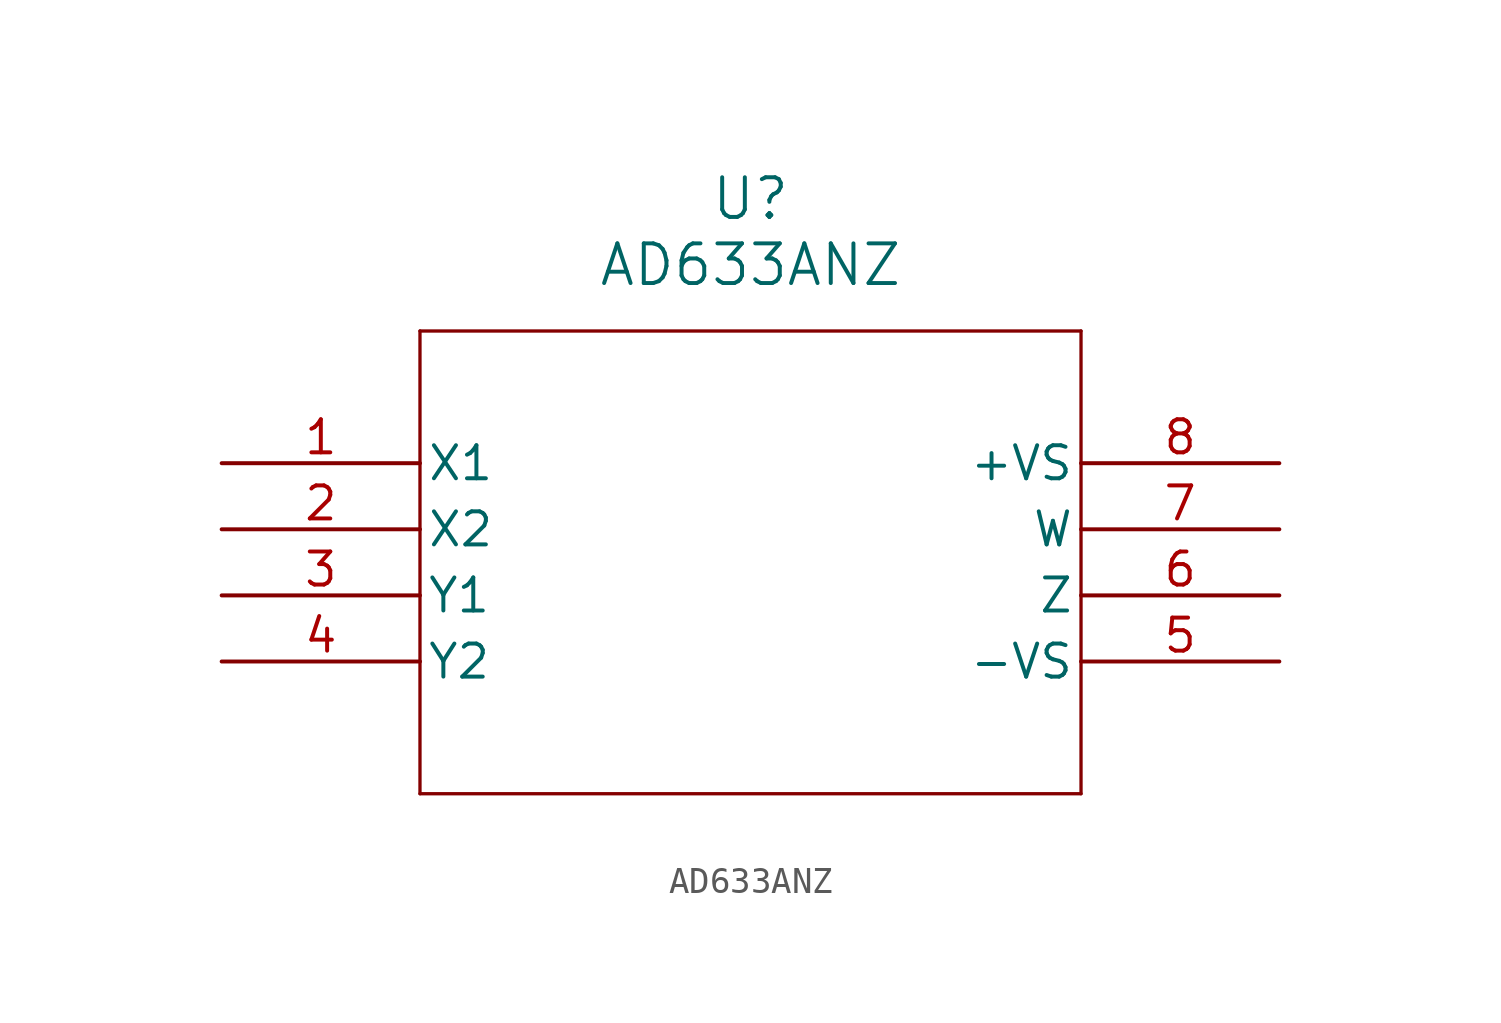
<source format=kicad_sym>
(kicad_symbol_lib
  (version 20220914)
  (generator kicad_symbol_editor)
  (symbol "AD633ANZ"
    (pin_names
      (offset 0.254))
    (property "Reference" "U"
      (at 20.32 10.16 0)
      (effects (font (size 1.524 1.524))))
    (property "Value" "AD633ANZ"
      (at 20.32 7.62 0)
      (effects (font (size 1.524 1.524))))
    (property "ki_locked" ""
      (at 0 0 0)
      (effects (font (size 1.27 1.27))))
    (symbol "AD633ANZ_0_1"
      (polyline (pts (xy 7.62 -12.7) (xy 33.02 -12.7)) (stroke (width 0.127) (type default)) (fill (type none)))
      (polyline (pts (xy 7.62 5.08) (xy 7.62 -12.7)) (stroke (width 0.127) (type default)) (fill (type none)))
      (polyline (pts (xy 33.02 -12.7) (xy 33.02 5.08)) (stroke (width 0.127) (type default)) (fill (type none)))
      (polyline (pts (xy 33.02 5.08) (xy 7.62 5.08)) (stroke (width 0.127) (type default)) (fill (type none)))
      (pin power_in line (at 40.64 -7.62 180) (length 7.62) (name "-VS" (effects (font (size 1.27 1.27)))) (number "5" (effects (font (size 1.27 1.27)))))
      (pin power_in line (at 40.64 0 180) (length 7.62) (name "+VS" (effects (font (size 1.27 1.27)))) (number "8" (effects (font (size 1.27 1.27))))))
    (symbol "AD633ANZ_1_1"
      (pin input line (at 0 0 0) (length 7.62) (name "X1" (effects (font (size 1.27 1.27)))) (number "1" (effects (font (size 1.27 1.27)))))
      (pin input line (at 0 -2.54 0) (length 7.62) (name "X2" (effects (font (size 1.27 1.27)))) (number "2" (effects (font (size 1.27 1.27)))))
      (pin input line (at 0 -5.08 0) (length 7.62) (name "Y1" (effects (font (size 1.27 1.27)))) (number "3" (effects (font (size 1.27 1.27)))))
      (pin input line (at 0 -7.62 0) (length 7.62) (name "Y2" (effects (font (size 1.27 1.27)))) (number "4" (effects (font (size 1.27 1.27)))))
      (pin output line (at 40.64 -5.08 180) (length 7.62) (name "Z" (effects (font (size 1.27 1.27)))) (number "6" (effects (font (size 1.27 1.27)))))
      (pin output line (at 40.64 -2.54 180) (length 7.62) (name "W" (effects (font (size 1.27 1.27)))) (number "7" (effects (font (size 1.27 1.27))))))))
</source>
